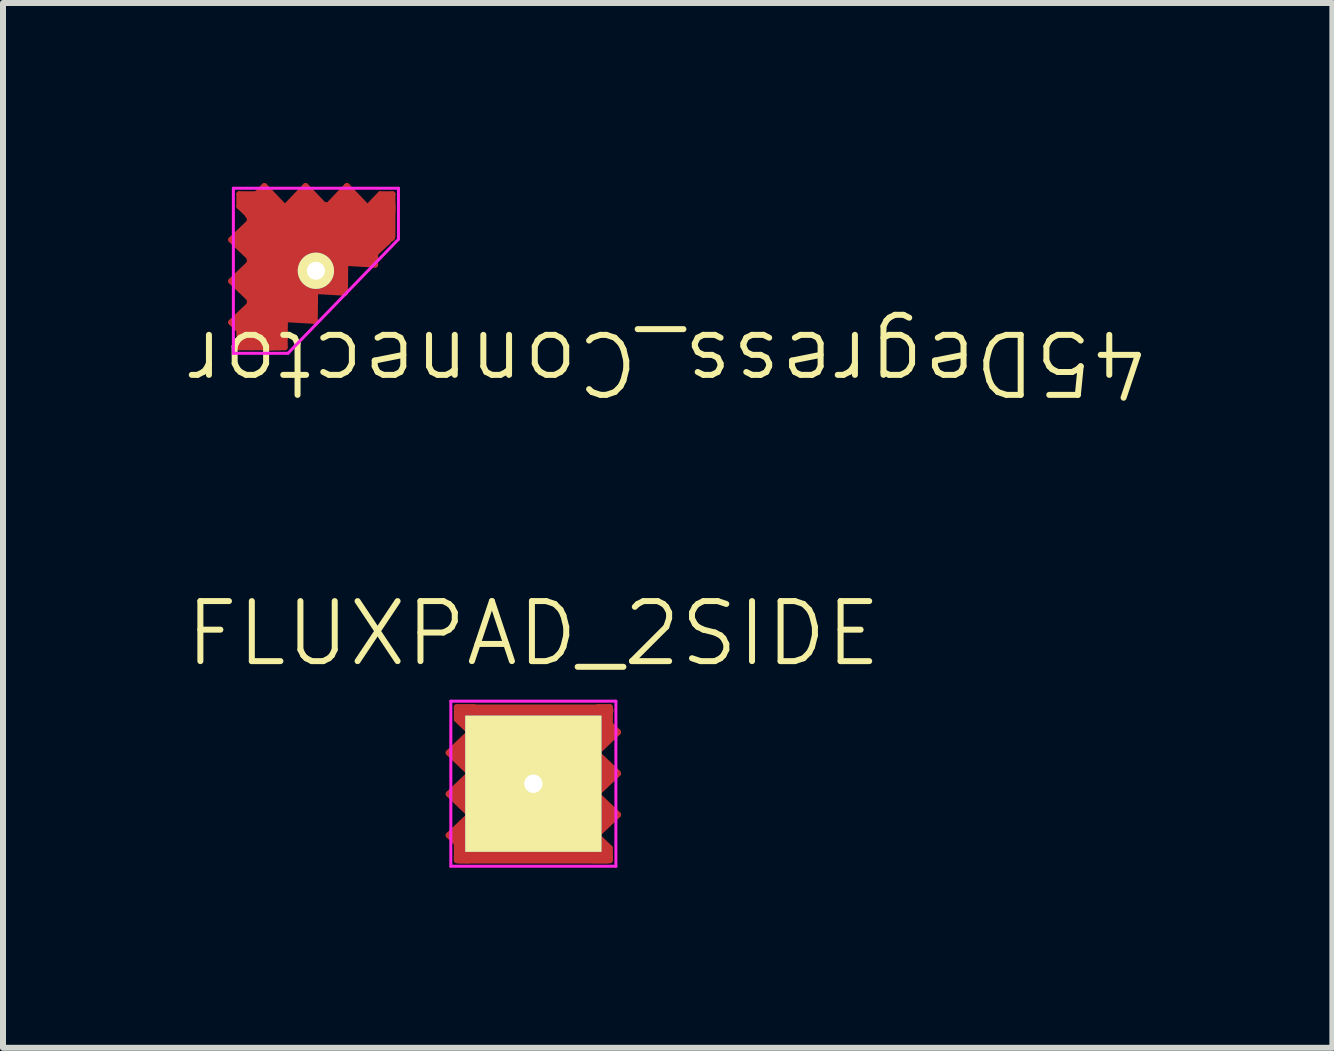
<source format=kicad_pcb>
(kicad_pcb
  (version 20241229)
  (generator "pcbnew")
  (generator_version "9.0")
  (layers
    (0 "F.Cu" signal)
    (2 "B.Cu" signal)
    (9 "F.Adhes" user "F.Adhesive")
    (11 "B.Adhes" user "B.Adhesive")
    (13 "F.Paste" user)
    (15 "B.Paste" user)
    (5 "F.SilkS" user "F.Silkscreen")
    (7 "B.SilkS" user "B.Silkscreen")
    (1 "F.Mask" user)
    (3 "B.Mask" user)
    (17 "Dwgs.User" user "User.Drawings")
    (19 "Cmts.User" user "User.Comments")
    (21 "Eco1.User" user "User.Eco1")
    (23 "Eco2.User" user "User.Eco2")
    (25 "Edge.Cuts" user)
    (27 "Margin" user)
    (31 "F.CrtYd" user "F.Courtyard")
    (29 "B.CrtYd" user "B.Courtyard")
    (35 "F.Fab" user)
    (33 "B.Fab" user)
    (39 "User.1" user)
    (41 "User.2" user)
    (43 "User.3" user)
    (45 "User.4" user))
  (footprint "FLUXPAD_2SIDE"
    (layer "F.Cu")
    (at 5.836 10.007)
    (property "Reference" "FLUXPAD_2SIDE" (at 0 -2.5 0) (unlocked yes) (layer "F.SilkS") (effects (font (size 1 1) (thickness 0.1))))
    (attr smd)
    (fp_line (start -1.411 -0.516) (end -1.051 -0.859) (stroke (width 0.1) (type solid)) (layer "F.Cu"))
    (fp_line (start -1.411 0.172) (end -1.051 -0.172) (stroke (width 0.1) (type solid)) (layer "F.Cu"))
    (fp_line (start -1.411 0.859) (end -1.275 0.989) (stroke (width 0.1) (type solid)) (layer "F.Cu"))
    (fp_line (start -1.411 0.859) (end -1.051 0.516) (stroke (width 0.1) (type solid)) (layer "F.Cu"))
    (fp_line (start -1.3 -0.52) (end -1.17 -0.64) (stroke (width 0.15) (type solid)) (layer "F.Cu"))
    (fp_line (start -1.29 0.17) (end -1.16 0.05) (stroke (width 0.15) (type solid)) (layer "F.Cu"))
    (fp_line (start -1.275 -1.275) (end -1.275 -1.074) (stroke (width 0.1) (type solid)) (layer "F.Cu"))
    (fp_line (start -1.275 -1.074) (end -1.051 -0.859) (stroke (width 0.1) (type solid)) (layer "F.Cu"))
    (fp_line (start -1.275 0.989) (end -1.275 1.275) (stroke (width 0.1) (type solid)) (layer "F.Cu"))
    (fp_line (start -1.275 1.275) (end -1.074 1.275) (stroke (width 0.1) (type solid)) (layer "F.Cu"))
    (fp_line (start -1.225 1.23) (end 1.225 1.23) (stroke (width 0.2) (type default)) (layer "F.Cu"))
    (fp_line (start -1.215 -1.22) (end 1.235 -1.22) (stroke (width 0.2) (type default)) (layer "F.Cu"))
    (fp_line (start -1.18 1.17) (end -1.17 0.72) (stroke (width 0.15) (type solid)) (layer "F.Cu"))
    (fp_line (start -1.17 -1.07) (end -1.17 -1.18) (stroke (width 0.15) (type solid)) (layer "F.Cu"))
    (fp_line (start -1.17 -0.64) (end -1.17 -0.39) (stroke (width 0.15) (type solid)) (layer "F.Cu"))
    (fp_line (start -1.17 -0.39) (end -1.3 -0.52) (stroke (width 0.15) (type solid)) (layer "F.Cu"))
    (fp_line (start -1.17 0.72) (end -1.27 0.88) (stroke (width 0.15) (type solid)) (layer "F.Cu"))
    (fp_line (start -1.16 0.05) (end -1.16 0.3) (stroke (width 0.15) (type solid)) (layer "F.Cu"))
    (fp_line (start -1.16 0.3) (end -1.29 0.17) (stroke (width 0.15) (type solid)) (layer "F.Cu"))
    (fp_line (start -1.074 1.275) (end -0.859 1.051) (stroke (width 0.1) (type solid)) (layer "F.Cu"))
    (fp_line (start -1.07 1.17) (end -1.18 1.17) (stroke (width 0.15) (type solid)) (layer "F.Cu"))
    (fp_line (start -1.051 -0.172) (end -1.411 -0.516) (stroke (width 0.1) (type solid)) (layer "F.Cu"))
    (fp_line (start -1.051 0.516) (end -1.411 0.172) (stroke (width 0.1) (type solid)) (layer "F.Cu"))
    (fp_line (start -0.989 -1.275) (end -1.275 -1.275) (stroke (width 0.1) (type solid)) (layer "F.Cu"))
    (fp_line (start 0.87 1.135) (end 0.75 1.113) (stroke (width 0.2) (type default)) (layer "F.Cu"))
    (fp_line (start 0.989 1.275) (end 1.275 1.275) (stroke (width 0.1) (type solid)) (layer "F.Cu"))
    (fp_line (start 1.051 -0.516) (end 1.411 -0.172) (stroke (width 0.1) (type solid)) (layer "F.Cu"))
    (fp_line (start 1.051 0.172) (end 1.411 0.516) (stroke (width 0.1) (type solid)) (layer "F.Cu"))
    (fp_line (start 1.16 -0.3) (end 1.29 -0.17) (stroke (width 0.15) (type solid)) (layer "F.Cu"))
    (fp_line (start 1.16 -0.05) (end 1.16 -0.3) (stroke (width 0.15) (type solid)) (layer "F.Cu"))
    (fp_line (start 1.17 -0.72) (end 1.27 -0.88) (stroke (width 0.15) (type solid)) (layer "F.Cu"))
    (fp_line (start 1.17 0.39) (end 1.3 0.52) (stroke (width 0.15) (type solid)) (layer "F.Cu"))
    (fp_line (start 1.17 0.64) (end 1.17 0.39) (stroke (width 0.15) (type solid)) (layer "F.Cu"))
    (fp_line (start 1.18 -1.17) (end 1.17 -0.72) (stroke (width 0.15) (type solid)) (layer "F.Cu"))
    (fp_line (start 1.18 1.09) (end 0.87 1.135) (stroke (width 0.2) (type default)) (layer "F.Cu"))
    (fp_line (start 1.275 -1.275) (end 1.074 -1.275) (stroke (width 0.1) (type solid)) (layer "F.Cu"))
    (fp_line (start 1.275 -0.989) (end 1.275 -1.275) (stroke (width 0.1) (type solid)) (layer "F.Cu"))
    (fp_line (start 1.275 1.074) (end 1.051 0.859) (stroke (width 0.1) (type solid)) (layer "F.Cu"))
    (fp_line (start 1.275 1.275) (end 1.275 1.074) (stroke (width 0.1) (type solid)) (layer "F.Cu"))
    (fp_line (start 1.29 -0.17) (end 1.16 -0.05) (stroke (width 0.15) (type solid)) (layer "F.Cu"))
    (fp_line (start 1.3 0.52) (end 1.17 0.64) (stroke (width 0.15) (type solid)) (layer "F.Cu"))
    (fp_line (start 1.411 -0.859) (end 1.051 -0.516) (stroke (width 0.1) (type solid)) (layer "F.Cu"))
    (fp_line (start 1.411 -0.859) (end 1.275 -0.989) (stroke (width 0.1) (type solid)) (layer "F.Cu"))
    (fp_line (start 1.411 -0.172) (end 1.051 0.172) (stroke (width 0.1) (type solid)) (layer "F.Cu"))
    (fp_line (start 1.411 0.516) (end 1.051 0.859) (stroke (width 0.1) (type solid)) (layer "F.Cu"))
    (fp_line (start -1.375 -1.375) (end -1.375 1.375) (stroke (width 0.05) (type solid)) (layer "F.CrtYd"))
    (fp_line (start -1.375 -1.375) (end 1.375 -1.375) (stroke (width 0.05) (type solid)) (layer "F.CrtYd"))
    (fp_line (start -1.375 1.375) (end 1.375 1.375) (stroke (width 0.05) (type solid)) (layer "F.CrtYd"))
    (fp_line (start 1.375 -1.375) (end 1.375 1.375) (stroke (width 0.05) (type solid)) (layer "F.CrtYd"))
    (pad "1" thru_hole circle (at 0 0) (size 0.605 0.605) (drill 0.3) (layers "*.Cu" "*.Mask" "F.SilkS"))
    (pad "1" thru_hole rect (at 0 0) (size 2.27 2.27) (drill 0.3) (layers "F.Cu" "F.Mask" "F.SilkS")))
  (footprint "45Degress_Connector"
    (layer "F.Cu")
    (at 2.218 1.486)
    (property "Reference" "45Degress_Connector" (at 5.856 1.5 180) (unlocked yes) (layer "F.SilkS") (effects (font (size 1 1) (thickness 0.1))))
    (attr through_hole)
    (fp_line (start -1.416 -0.541) (end -1.056 -0.884) (stroke (width 0.1) (type solid)) (layer "F.Cu"))
    (fp_line (start -1.416 0.147) (end -1.056 -0.197) (stroke (width 0.1) (type solid)) (layer "F.Cu"))
    (fp_line (start -1.416 0.834) (end -1.28 0.964) (stroke (width 0.1) (type solid)) (layer "F.Cu"))
    (fp_line (start -1.416 0.834) (end -1.056 0.491) (stroke (width 0.1) (type solid)) (layer "F.Cu"))
    (fp_line (start -1.305 -0.545) (end -1.175 -0.665) (stroke (width 0.15) (type solid)) (layer "F.Cu"))
    (fp_line (start -1.295 0.145) (end -1.165 0.025) (stroke (width 0.15) (type solid)) (layer "F.Cu"))
    (fp_line (start -1.28 -1.3) (end -1.28 -1.099) (stroke (width 0.1) (type solid)) (layer "F.Cu"))
    (fp_line (start -1.28 -1.099) (end -1.056 -0.884) (stroke (width 0.1) (type solid)) (layer "F.Cu"))
    (fp_line (start -1.28 0.964) (end -1.28 1.25) (stroke (width 0.1) (type solid)) (layer "F.Cu"))
    (fp_line (start -1.28 1.25) (end -1.079 1.25) (stroke (width 0.1) (type solid)) (layer "F.Cu"))
    (fp_line (start -1.185 1.145) (end -1.175 0.695) (stroke (width 0.15) (type solid)) (layer "F.Cu"))
    (fp_line (start -1.175 -1.205) (end -0.725 -1.195) (stroke (width 0.15) (type solid)) (layer "F.Cu"))
    (fp_line (start -1.175 -1.095) (end -1.175 -1.205) (stroke (width 0.15) (type solid)) (layer "F.Cu"))
    (fp_line (start -1.175 -0.665) (end -1.175 -0.415) (stroke (width 0.15) (type solid)) (layer "F.Cu"))
    (fp_line (start -1.175 -0.415) (end -1.305 -0.545) (stroke (width 0.15) (type solid)) (layer "F.Cu"))
    (fp_line (start -1.175 0.695) (end -1.275 0.855) (stroke (width 0.15) (type solid)) (layer "F.Cu"))
    (fp_line (start -1.165 0.025) (end -1.165 0.275) (stroke (width 0.15) (type solid)) (layer "F.Cu"))
    (fp_line (start -1.165 0.275) (end -1.295 0.145) (stroke (width 0.15) (type solid)) (layer "F.Cu"))
    (fp_line (start -1.079 1.25) (end -0.864 1.026) (stroke (width 0.1) (type solid)) (layer "F.Cu"))
    (fp_line (start -1.075 1.145) (end -1.185 1.145) (stroke (width 0.15) (type solid)) (layer "F.Cu"))
    (fp_line (start -1.056 -0.197) (end -1.416 -0.541) (stroke (width 0.1) (type solid)) (layer "F.Cu"))
    (fp_line (start -1.056 0.491) (end -1.416 0.147) (stroke (width 0.1) (type solid)) (layer "F.Cu"))
    (fp_line (start -0.994 -1.3) (end -1.28 -1.3) (stroke (width 0.1) (type solid)) (layer "F.Cu"))
    (fp_line (start -0.94 1.09) (end -0.9 -0.45) (stroke (width 0.2) (type default)) (layer "F.Cu"))
    (fp_line (start -0.912 0.524) (end -0.328 0.716) (stroke (width 0.2) (type default)) (layer "F.Cu"))
    (fp_line (start -0.9 -0.45) (end -0.81 1.1) (stroke (width 0.2) (type default)) (layer "F.Cu"))
    (fp_line (start -0.864 -1.436) (end -0.521 -1.076) (stroke (width 0.1) (type solid)) (layer "F.Cu"))
    (fp_line (start -0.864 -1.436) (end -0.994 -1.3) (stroke (width 0.1) (type solid)) (layer "F.Cu"))
    (fp_line (start -0.856 0.395) (end -0.273 0.586) (stroke (width 0.2) (type default)) (layer "F.Cu"))
    (fp_line (start -0.855 -0.89) (end -0.925 -1.09) (stroke (width 0.2) (type default)) (layer "F.Cu"))
    (fp_line (start -0.817 0.73) (end -0.76 -0.81) (stroke (width 0.2) (type default)) (layer "F.Cu"))
    (fp_line (start -0.81 1.1) (end -0.817 0.73) (stroke (width 0.2) (type default)) (layer "F.Cu"))
    (fp_line (start -0.782 0.274) (end -0.198 0.466) (stroke (width 0.2) (type default)) (layer "F.Cu"))
    (fp_line (start -0.76 -0.81) (end -0.74 -1.07) (stroke (width 0.2) (type default)) (layer "F.Cu"))
    (fp_line (start -0.725 -1.195) (end -0.885 -1.295) (stroke (width 0.15) (type solid)) (layer "F.Cu"))
    (fp_line (start -0.712 0.124) (end -0.128 0.316) (stroke (width 0.2) (type default)) (layer "F.Cu"))
    (fp_line (start -0.712 0.234) (end -0.128 0.426) (stroke (width 0.2) (type default)) (layer "F.Cu"))
    (fp_line (start -0.672 1.228) (end -0.525 1.091) (stroke (width 0.1) (type solid)) (layer "F.Cu"))
    (fp_line (start -0.66 -0.86) (end -0.61 0.45) (stroke (width 0.2) (type default)) (layer "F.Cu"))
    (fp_line (start -0.64 -0.97) (end 0.14 -1.07) (stroke (width 0.2) (type default)) (layer "F.Cu"))
    (fp_line (start -0.64 -0.76) (end -0.64 -0.97) (stroke (width 0.2) (type default)) (layer "F.Cu"))
    (fp_line (start -0.615 0.72) (end -0.685 0.52) (stroke (width 0.2) (type default)) (layer "F.Cu"))
    (fp_line (start -0.612 0.869) (end -0.728 0.691) (stroke (width 0.2) (type default)) (layer "F.Cu"))
    (fp_line (start -0.61 0.45) (end -0.36 -0.8) (stroke (width 0.2) (type default)) (layer "F.Cu"))
    (fp_line (start -0.607 1.25) (end -0.893 1.25) (stroke (width 0.1) (type solid)) (layer "F.Cu"))
    (fp_line (start -0.594 1.012) (end -0.675 1.087) (stroke (width 0.15) (type solid)) (layer "F.Cu"))
    (fp_line (start -0.585 -0.87) (end -0.655 -1.07) (stroke (width 0.2) (type default)) (layer "F.Cu"))
    (fp_line (start -0.537 -0.713) (end -0.432 -0.107) (stroke (width 0.2) (type default)) (layer "F.Cu"))
    (fp_line (start -0.527 1.25) (end -0.813 1.25) (stroke (width 0.1) (type solid)) (layer "F.Cu"))
    (fp_line (start -0.525 1.049) (end -0.525 1.25) (stroke (width 0.1) (type solid)) (layer "F.Cu"))
    (fp_line (start -0.525 1.091) (end -0.521 0.781) (stroke (width 0.1) (type solid)) (layer "F.Cu"))
    (fp_line (start -0.521 -1.076) (end -0.177 -1.436) (stroke (width 0.1) (type solid)) (layer "F.Cu"))
    (fp_line (start -0.521 -0.8) (end 0.45 -0.98) (stroke (width 0.2) (type default)) (layer "F.Cu"))
    (fp_line (start -0.422 -0.403) (end -0.318 0.203) (stroke (width 0.2) (type default)) (layer "F.Cu"))
    (fp_line (start -0.36 -0.8) (end -0.255 -0.195) (stroke (width 0.2) (type default)) (layer "F.Cu"))
    (fp_line (start -0.305 -1.185) (end -0.175 -1.315) (stroke (width 0.15) (type solid)) (layer "F.Cu"))
    (fp_line (start -0.297 -0.423) (end 0.287 -0.232) (stroke (width 0.2) (type default)) (layer "F.Cu"))
    (fp_line (start -0.28 -0.86) (end -0.35 -1.06) (stroke (width 0.2) (type default)) (layer "F.Cu"))
    (fp_line (start -0.28 0.719) (end -0.097 0.548) (stroke (width 0.15) (type solid)) (layer "F.Cu"))
    (fp_line (start -0.177 -1.436) (end 0.167 -1.076) (stroke (width 0.1) (type solid)) (layer "F.Cu"))
    (fp_line (start -0.175 -1.315) (end -0.055 -1.185) (stroke (width 0.15) (type solid)) (layer "F.Cu"))
    (fp_line (start -0.103 0.732) (end -0.28 0.719) (stroke (width 0.15) (type solid)) (layer "F.Cu"))
    (fp_line (start -0.097 0.548) (end -0.103 0.732) (stroke (width 0.15) (type solid)) (layer "F.Cu"))
    (fp_line (start -0.055 -1.185) (end -0.305 -1.185) (stroke (width 0.15) (type solid)) (layer "F.Cu"))
    (fp_line (start -0.032 -0.426) (end 0.552 -0.234) (stroke (width 0.2) (type default)) (layer "F.Cu"))
    (fp_line (start -0.024 0.81) (end -0.521 0.781) (stroke (width 0.1) (type solid)) (layer "F.Cu"))
    (fp_line (start -0.018 0.312) (end -0.024 0.81) (stroke (width 0.1) (type solid)) (layer "F.Cu"))
    (fp_line (start 0.118 -0.486) (end 0.702 -0.294) (stroke (width 0.2) (type default)) (layer "F.Cu"))
    (fp_line (start 0.14 -1.07) (end -0.65 0.68) (stroke (width 0.2) (type default)) (layer "F.Cu"))
    (fp_line (start 0.16 -0.97) (end 0.49 -1) (stroke (width 0.2) (type default)) (layer "F.Cu"))
    (fp_line (start 0.167 -1.076) (end 0.511 -1.436) (stroke (width 0.1) (type solid)) (layer "F.Cu"))
    (fp_line (start 0.218 0.241) (end 0.401 0.07) (stroke (width 0.15) (type solid)) (layer "F.Cu"))
    (fp_line (start 0.218 -0.746) (end 0.802 -0.554) (stroke (width 0.2) (type default)) (layer "F.Cu"))
    (fp_line (start 0.218 -0.606) (end 0.802 -0.414) (stroke (width 0.2) (type default)) (layer "F.Cu"))
    (fp_line (start 0.268 -0.726) (end 0.852 -0.534) (stroke (width 0.2) (type default)) (layer "F.Cu"))
    (fp_line (start 0.31 -1.06) (end 0.16 -0.97) (stroke (width 0.2) (type default)) (layer "F.Cu"))
    (fp_line (start 0.323 0.253) (end 0.113 0.228) (stroke (width 0.2) (type default)) (layer "F.Cu"))
    (fp_line (start 0.375 0.01) (end 0.305 -0.19) (stroke (width 0.2) (type default)) (layer "F.Cu"))
    (fp_line (start 0.385 -1.195) (end 0.515 -1.325) (stroke (width 0.15) (type solid)) (layer "F.Cu"))
    (fp_line (start 0.395 0.254) (end 0.218 0.241) (stroke (width 0.15) (type solid)) (layer "F.Cu"))
    (fp_line (start 0.401 0.07) (end 0.395 0.254) (stroke (width 0.15) (type solid)) (layer "F.Cu"))
    (fp_line (start 0.406 -0.13) (end 0.294 0.05) (stroke (width 0.2) (type default)) (layer "F.Cu"))
    (fp_line (start 0.44 -1.21) (end 0.31 -1.06) (stroke (width 0.2) (type default)) (layer "F.Cu"))
    (fp_line (start 0.45 -0.98) (end 0.99 -0.81) (stroke (width 0.2) (type default)) (layer "F.Cu"))
    (fp_line (start 0.46 -0.29) (end -0.64 -0.76) (stroke (width 0.2) (type default)) (layer "F.Cu"))
    (fp_line (start 0.478 0.341) (end -0.018 0.312) (stroke (width 0.1) (type solid)) (layer "F.Cu"))
    (fp_line (start 0.484 -0.157) (end 0.478 0.341) (stroke (width 0.1) (type solid)) (layer "F.Cu"))
    (fp_line (start 0.49 -1) (end 0.63 -1.05) (stroke (width 0.2) (type default)) (layer "F.Cu"))
    (fp_line (start 0.498 -0.996) (end 1.082 -0.804) (stroke (width 0.2) (type default)) (layer "F.Cu"))
    (fp_line (start 0.511 -1.436) (end 0.854 -1.076) (stroke (width 0.1) (type solid)) (layer "F.Cu"))
    (fp_line (start 0.515 -1.325) (end 0.635 -1.195) (stroke (width 0.15) (type solid)) (layer "F.Cu"))
    (fp_line (start 0.542 -0.822) (end 1.138 -0.968) (stroke (width 0.2) (type default)) (layer "F.Cu"))
    (fp_line (start 0.56 -0.4) (end -0.36 -0.81) (stroke (width 0.2) (type default)) (layer "F.Cu"))
    (fp_line (start 0.63 -1.05) (end 0.72 -0.895) (stroke (width 0.2) (type default)) (layer "F.Cu"))
    (fp_line (start 0.635 -1.195) (end 0.385 -1.195) (stroke (width 0.15) (type solid)) (layer "F.Cu"))
    (fp_line (start 0.67 -1.12) (end 0.44 -1.21) (stroke (width 0.2) (type default)) (layer "F.Cu"))
    (fp_line (start 0.715 -0.209) (end 0.9 -0.245) (stroke (width 0.15) (type solid)) (layer "F.Cu"))
    (fp_line (start 0.92 -1.01) (end 1.03 -1.07) (stroke (width 0.2) (type default)) (layer "F.Cu"))
    (fp_line (start 0.976 -0.589) (end 1.051 -0.508) (stroke (width 0.15) (type solid)) (layer "F.Cu"))
    (fp_line (start 0.981 -0.127) (end 0.983 -0.316) (stroke (width 0.1) (type solid)) (layer "F.Cu"))
    (fp_line (start 0.981 -0.128) (end 0.484 -0.157) (stroke (width 0.1) (type solid)) (layer "F.Cu"))
    (fp_line (start 0.983 -0.316) (end 1.193 -0.511) (stroke (width 0.1) (type solid)) (layer "F.Cu"))
    (fp_line (start 1.051 -0.508) (end 0.715 -0.209) (stroke (width 0.15) (type solid)) (layer "F.Cu"))
    (fp_line (start 1.065 -1.195) (end 1.175 -1.195) (stroke (width 0.15) (type solid)) (layer "F.Cu"))
    (fp_line (start 1.069 -1.3) (end 0.854 -1.076) (stroke (width 0.1) (type solid)) (layer "F.Cu"))
    (fp_line (start 1.088 -0.622) (end 0.67 -1.12) (stroke (width 0.2) (type default)) (layer "F.Cu"))
    (fp_line (start 1.175 -1.195) (end 1.165 -0.745) (stroke (width 0.15) (type solid)) (layer "F.Cu"))
    (fp_line (start 1.19 -0.642) (end 1.07 -0.818) (stroke (width 0.2) (type default)) (layer "F.Cu"))
    (fp_line (start 1.193 -0.511) (end 1.055 -0.658) (stroke (width 0.1) (type solid)) (layer "F.Cu"))
    (fp_line (start 1.27 -1.3) (end 1.069 -1.3) (stroke (width 0.1) (type solid)) (layer "F.Cu"))
    (fp_line (start 1.27 -1.014) (end 1.27 -1.3) (stroke (width 0.1) (type solid)) (layer "F.Cu"))
    (fp_rect (start -1.09 -1.17) (end -0.74 -0.97) (stroke (width 0.2) (type default)) (fill no) (layer "F.Cu"))
    (fp_rect (start -1.056 -0.884) (end -0.93 -0.62) (stroke (width 0.2) (type default)) (fill no) (layer "F.Cu"))
    (fp_rect (start -1.056 -0.62) (end -0.73 1.2) (stroke (width 0.2) (type default)) (fill no) (layer "F.Cu"))
    (fp_rect (start 0.03 -0.81) (end 0.99 -0.65) (stroke (width 0.2) (type default)) (fill no) (layer "F.Cu"))
    (fp_rect (start 1.04 -1.12) (end 1.22 -0.6) (stroke (width 0.2) (type default)) (fill no) (layer "F.Cu"))
    (fp_line (start -1.38 -1.4) (end -1.38 1.35) (stroke (width 0.05) (type solid)) (layer "F.CrtYd"))
    (fp_line (start -1.38 -1.4) (end 1.37 -1.4) (stroke (width 0.05) (type solid)) (layer "F.CrtYd"))
    (fp_line (start -0.47 1.35) (end -1.38 1.35) (stroke (width 0.05) (type default)) (layer "F.CrtYd"))
    (fp_line (start -0.47 1.35) (end 1.37 -0.55) (stroke (width 0.05) (type default)) (layer "F.CrtYd"))
    (fp_line (start 1.37 -0.55) (end 1.37 -1.4) (stroke (width 0.05) (type default)) (layer "F.CrtYd"))
    (pad "1" thru_hole circle (at -0.005 -0.025) (size 0.605 0.605) (drill 0.3) (layers "*.Cu" "*.Mask" "F.SilkS")))
  (gr_rect
    (start -3 -3)
    (end 19.148 14.407)
    (stroke (width 0.1) (type default))
    (fill no)
    (layer "Edge.Cuts")))
</source>
